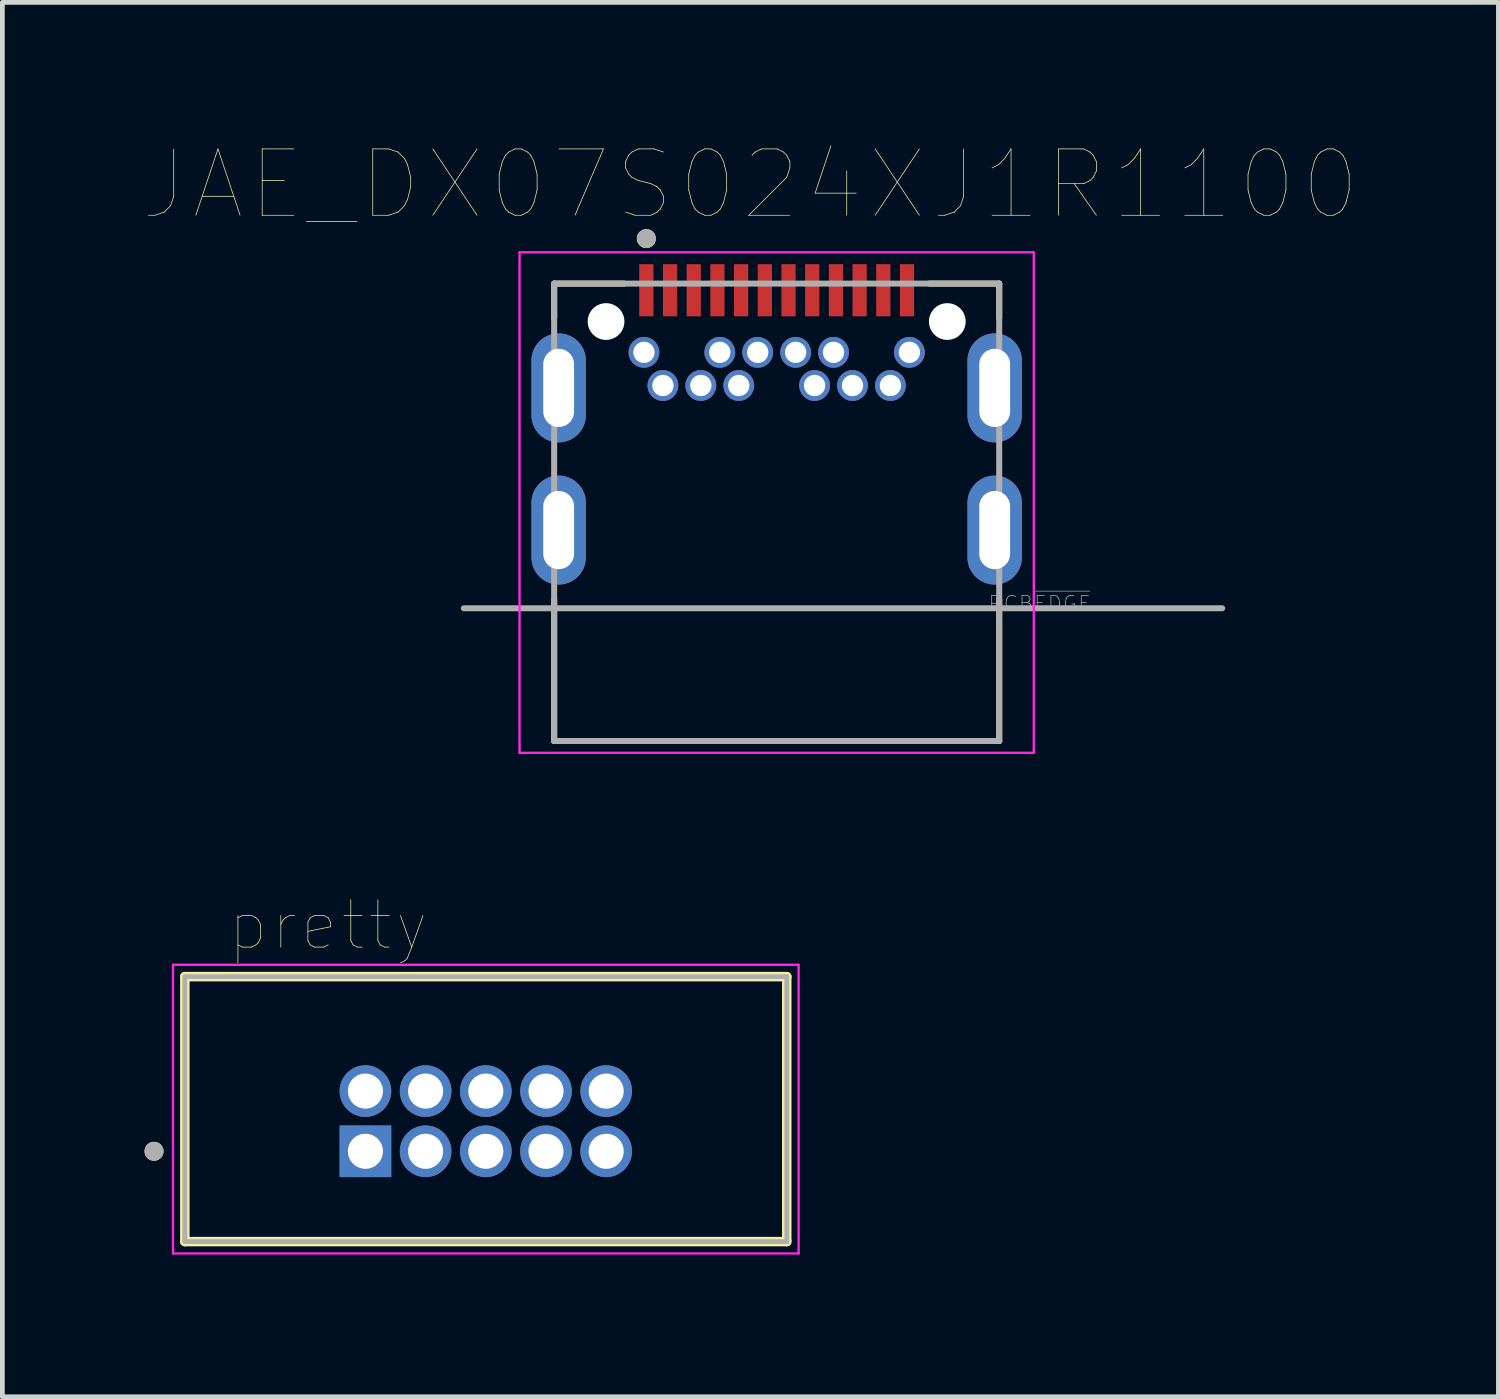
<source format=kicad_pcb>
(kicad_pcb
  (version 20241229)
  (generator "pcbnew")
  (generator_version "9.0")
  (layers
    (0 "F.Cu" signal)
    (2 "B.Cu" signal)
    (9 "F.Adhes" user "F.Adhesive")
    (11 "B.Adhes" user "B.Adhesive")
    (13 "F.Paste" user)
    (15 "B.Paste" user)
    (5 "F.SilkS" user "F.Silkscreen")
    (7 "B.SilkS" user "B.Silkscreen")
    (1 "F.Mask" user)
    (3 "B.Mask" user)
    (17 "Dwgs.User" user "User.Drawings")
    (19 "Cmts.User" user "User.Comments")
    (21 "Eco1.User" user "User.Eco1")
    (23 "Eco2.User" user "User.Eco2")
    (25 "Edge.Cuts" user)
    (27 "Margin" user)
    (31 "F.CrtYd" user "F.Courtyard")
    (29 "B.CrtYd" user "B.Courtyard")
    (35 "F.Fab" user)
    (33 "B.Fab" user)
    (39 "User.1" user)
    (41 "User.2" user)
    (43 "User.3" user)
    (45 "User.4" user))
  (footprint "pretty"
    (layer "F.Cu")
    (at 7.2 20.606)
    (property "Reference" "pretty" (at -3.325 -4.135 0) (layer "F.SilkS") (effects (font (size 1 1) (thickness 0.015))))
    (attr through_hole)
    (fp_line (start -6.35 2.54) (end -6.35 -3.05) (stroke (width 0.2) (type solid)) (layer "F.SilkS"))
    (fp_line (start 6.35 -3.05) (end -6.35 -3.05) (stroke (width 0.2) (type solid)) (layer "F.SilkS"))
    (fp_line (start 6.35 -3.05) (end 6.35 2.54) (stroke (width 0.2) (type solid)) (layer "F.SilkS"))
    (fp_line (start 6.35 2.54) (end -6.35 2.54) (stroke (width 0.2) (type solid)) (layer "F.SilkS"))
    (fp_circle (center -7 0.635) (end -6.9 0.635) (stroke (width 0.2) (type solid)) (fill no) (layer "F.SilkS"))
    (fp_line (start -6.6 -3.3) (end 6.6 -3.3) (stroke (width 0.05) (type solid)) (layer "F.CrtYd"))
    (fp_line (start -6.6 2.79) (end -6.6 -3.3) (stroke (width 0.05) (type solid)) (layer "F.CrtYd"))
    (fp_line (start 6.6 -3.3) (end 6.6 2.79) (stroke (width 0.05) (type solid)) (layer "F.CrtYd"))
    (fp_line (start 6.6 2.79) (end -6.6 2.79) (stroke (width 0.05) (type solid)) (layer "F.CrtYd"))
    (fp_line (start -6.35 -3.05) (end 6.35 -3.05) (stroke (width 0.1) (type solid)) (layer "F.Fab"))
    (fp_line (start -6.35 2.54) (end -6.35 -3.05) (stroke (width 0.1) (type solid)) (layer "F.Fab"))
    (fp_line (start 6.35 -3.05) (end 6.35 2.54) (stroke (width 0.1) (type solid)) (layer "F.Fab"))
    (fp_line (start 6.35 2.54) (end -6.35 2.54) (stroke (width 0.1) (type solid)) (layer "F.Fab"))
    (fp_circle (center -7 0.635) (end -6.9 0.635) (stroke (width 0.2) (type solid)) (fill no) (layer "F.Fab"))
    (pad "01" thru_hole rect (at -2.54 0.635) (size 1.09 1.09) (drill 0.74) (layers "*.Cu" "*.Mask"))
    (pad "02" thru_hole circle (at -2.54 -0.635) (size 1.09 1.09) (drill 0.74) (layers "*.Cu" "*.Mask"))
    (pad "03" thru_hole circle (at -1.27 0.635) (size 1.09 1.09) (drill 0.74) (layers "*.Cu" "*.Mask"))
    (pad "04" thru_hole circle (at -1.27 -0.635) (size 1.09 1.09) (drill 0.74) (layers "*.Cu" "*.Mask"))
    (pad "05" thru_hole circle (at 0 0.635) (size 1.09 1.09) (drill 0.74) (layers "*.Cu" "*.Mask"))
    (pad "06" thru_hole circle (at 0 -0.635) (size 1.09 1.09) (drill 0.74) (layers "*.Cu" "*.Mask"))
    (pad "07" thru_hole circle (at 1.27 0.635) (size 1.09 1.09) (drill 0.74) (layers "*.Cu" "*.Mask"))
    (pad "08" thru_hole circle (at 1.27 -0.635) (size 1.09 1.09) (drill 0.74) (layers "*.Cu" "*.Mask"))
    (pad "09" thru_hole circle (at 2.54 0.635) (size 1.09 1.09) (drill 0.74) (layers "*.Cu" "*.Mask"))
    (pad "10" thru_hole circle (at 2.54 -0.635) (size 1.09 1.09) (drill 0.74) (layers "*.Cu" "*.Mask")))
  (footprint "JAE_DX07S024XJ1R1100"
    (layer "F.Cu")
    (at 9.737 3.734)
    (property "Reference" "JAE_DX07S024XJ1R1100" (at 3.045 -2.889 0) (layer "F.SilkS") (effects (font (size 1.4 1.4) (thickness 0.015))))
    (fp_line (start -1.095 -0.8) (end -1.095 -0.07) (stroke (width 0.127) (type solid)) (layer "F.SilkS"))
    (fp_line (start -1.095 8.85) (end -1.095 5.87) (stroke (width 0.127) (type solid)) (layer "F.SilkS"))
    (fp_line (start -1.095 8.85) (end 8.295 8.85) (stroke (width 0.127) (type solid)) (layer "F.SilkS"))
    (fp_line (start 0.38 -0.8) (end -1.095 -0.8) (stroke (width 0.127) (type solid)) (layer "F.SilkS"))
    (fp_line (start 8.295 -0.8) (end 6.82 -0.8) (stroke (width 0.127) (type solid)) (layer "F.SilkS"))
    (fp_line (start 8.295 -0.8) (end 8.295 -0.07) (stroke (width 0.127) (type solid)) (layer "F.SilkS"))
    (fp_line (start 8.295 8.85) (end 8.295 5.87) (stroke (width 0.127) (type solid)) (layer "F.SilkS"))
    (fp_circle (center 0.85 -1.75) (end 0.95 -1.75) (stroke (width 0.2) (type solid)) (fill no) (layer "F.SilkS"))
    (fp_line (start 7.088 -0.388) (end 7.312 -0.388) (stroke (width 0.001) (type solid)) (layer "Edge.Cuts"))
    (fp_line (start 7.312 0.388) (end 7.088 0.388) (stroke (width 0.001) (type solid)) (layer "Edge.Cuts"))
    (fp_arc (start 6.7 0) (mid 6.813496 -0.274004) (end 7.0875 -0.3875) (stroke (width 0.001) (type solid)) (layer "Edge.Cuts"))
    (fp_arc (start 7.0875 0.3875) (mid 6.813496 0.274004) (end 6.7 0) (stroke (width 0.001) (type solid)) (layer "Edge.Cuts"))
    (fp_arc (start 7.3125 -0.3875) (mid 7.586504 -0.274004) (end 7.7 0) (stroke (width 0.001) (type solid)) (layer "Edge.Cuts"))
    (fp_arc (start 7.7 0) (mid 7.586504 0.274004) (end 7.3125 0.3875) (stroke (width 0.001) (type solid)) (layer "Edge.Cuts"))
    (fp_line (start -1.825 -1.46) (end -1.825 9.1) (stroke (width 0.05) (type solid)) (layer "F.CrtYd"))
    (fp_line (start -1.825 9.1) (end 9.025 9.1) (stroke (width 0.05) (type solid)) (layer "F.CrtYd"))
    (fp_line (start 9.025 -1.46) (end -1.825 -1.46) (stroke (width 0.05) (type solid)) (layer "F.CrtYd"))
    (fp_line (start 9.025 9.1) (end 9.025 -1.46) (stroke (width 0.05) (type solid)) (layer "F.CrtYd"))
    (fp_line (start -3 6.05) (end 13 6.05) (stroke (width 0.127) (type solid)) (layer "F.Fab"))
    (fp_line (start -1.095 -0.8) (end -1.095 8.85) (stroke (width 0.127) (type solid)) (layer "F.Fab"))
    (fp_line (start -1.095 8.85) (end 8.295 8.85) (stroke (width 0.127) (type solid)) (layer "F.Fab"))
    (fp_line (start 8.295 -0.8) (end -1.095 -0.8) (stroke (width 0.127) (type solid)) (layer "F.Fab"))
    (fp_line (start 8.295 8.85) (end 8.295 -0.8) (stroke (width 0.127) (type solid)) (layer "F.Fab"))
    (fp_circle (center 0.85 -1.75) (end 0.95 -1.75) (stroke (width 0.2) (type solid)) (fill no) (layer "F.Fab"))
    (fp_text user "PCB~{EDGE}" (at 9.15 5.95 0) (layer "F.Fab") (effects (font (size 0.32 0.32) (thickness 0.015))))
    (pad "" np_thru_hole circle (at 0 0) (size 0.775 0.775) (drill 0.775) (layers "*.Cu" "*.Mask"))
    (pad "" np_thru_hole circle (at 7.2 0) (size 0.775 0.775) (drill 0.775) (layers "*.Cu" "*.Mask"))
    (pad "A1" smd rect (at 0.85 -0.66) (size 0.3 1.1) (layers "F.Cu" "F.Mask" "F.Paste"))
    (pad "A2" smd rect (at 1.35 -0.66) (size 0.3 1.1) (layers "F.Cu" "F.Mask" "F.Paste"))
    (pad "A3" smd rect (at 1.85 -0.66) (size 0.3 1.1) (layers "F.Cu" "F.Mask" "F.Paste"))
    (pad "A4" smd rect (at 2.35 -0.66) (size 0.3 1.1) (layers "F.Cu" "F.Mask" "F.Paste"))
    (pad "A5" smd rect (at 2.85 -0.66) (size 0.3 1.1) (layers "F.Cu" "F.Mask" "F.Paste"))
    (pad "A6" smd rect (at 3.35 -0.66) (size 0.3 1.1) (layers "F.Cu" "F.Mask" "F.Paste"))
    (pad "A7" smd rect (at 3.85 -0.66) (size 0.3 1.1) (layers "F.Cu" "F.Mask" "F.Paste"))
    (pad "A8" smd rect (at 4.35 -0.66) (size 0.3 1.1) (layers "F.Cu" "F.Mask" "F.Paste"))
    (pad "A9" smd rect (at 4.85 -0.66) (size 0.3 1.1) (layers "F.Cu" "F.Mask" "F.Paste"))
    (pad "A10" smd rect (at 5.35 -0.66) (size 0.3 1.1) (layers "F.Cu" "F.Mask" "F.Paste"))
    (pad "A11" smd rect (at 5.85 -0.66) (size 0.3 1.1) (layers "F.Cu" "F.Mask" "F.Paste"))
    (pad "A12" smd rect (at 6.35 -0.66) (size 0.3 1.1) (layers "F.Cu" "F.Mask" "F.Paste"))
    (pad "B1" thru_hole circle (at 6.4 0.65) (size 0.65 0.65) (drill 0.45) (layers "*.Cu" "*.Mask"))
    (pad "B2" thru_hole circle (at 6 1.35) (size 0.65 0.65) (drill 0.45) (layers "*.Cu" "*.Mask"))
    (pad "B3" thru_hole circle (at 5.2 1.35) (size 0.65 0.65) (drill 0.45) (layers "*.Cu" "*.Mask"))
    (pad "B4" thru_hole circle (at 4.8 0.65) (size 0.65 0.65) (drill 0.45) (layers "*.Cu" "*.Mask"))
    (pad "B5" thru_hole circle (at 4.4 1.35) (size 0.65 0.65) (drill 0.45) (layers "*.Cu" "*.Mask"))
    (pad "B6" thru_hole circle (at 4 0.65) (size 0.65 0.65) (drill 0.45) (layers "*.Cu" "*.Mask"))
    (pad "B7" thru_hole circle (at 3.2 0.65) (size 0.65 0.65) (drill 0.45) (layers "*.Cu" "*.Mask"))
    (pad "B8" thru_hole circle (at 2.8 1.35) (size 0.65 0.65) (drill 0.45) (layers "*.Cu" "*.Mask"))
    (pad "B9" thru_hole circle (at 2.4 0.65) (size 0.65 0.65) (drill 0.45) (layers "*.Cu" "*.Mask"))
    (pad "B10" thru_hole circle (at 2 1.35) (size 0.65 0.65) (drill 0.45) (layers "*.Cu" "*.Mask"))
    (pad "B11" thru_hole circle (at 1.2 1.35) (size 0.65 0.65) (drill 0.45) (layers "*.Cu" "*.Mask"))
    (pad "B12" thru_hole circle (at 0.8 0.65) (size 0.65 0.65) (drill 0.45) (layers "*.Cu" "*.Mask"))
    (pad "S1" thru_hole oval (at -1 1.4) (size 1.15 2.3) (drill oval 0.65 1.65) (layers "*.Cu" "*.Mask"))
    (pad "S2" thru_hole oval (at 8.2 1.4) (size 1.15 2.3) (drill oval 0.65 1.65) (layers "*.Cu" "*.Mask"))
    (pad "S3" thru_hole oval (at -1 4.4) (size 1.15 2.3) (drill oval 0.65 1.65) (layers "*.Cu" "*.Mask"))
    (pad "S4" thru_hole oval (at 8.2 4.4) (size 1.15 2.3) (drill oval 0.65 1.65) (layers "*.Cu" "*.Mask")))
  (gr_rect
    (start -3 -3)
    (end 28.565 26.421)
    (stroke (width 0.1) (type default))
    (fill no)
    (layer "Edge.Cuts")))
</source>
